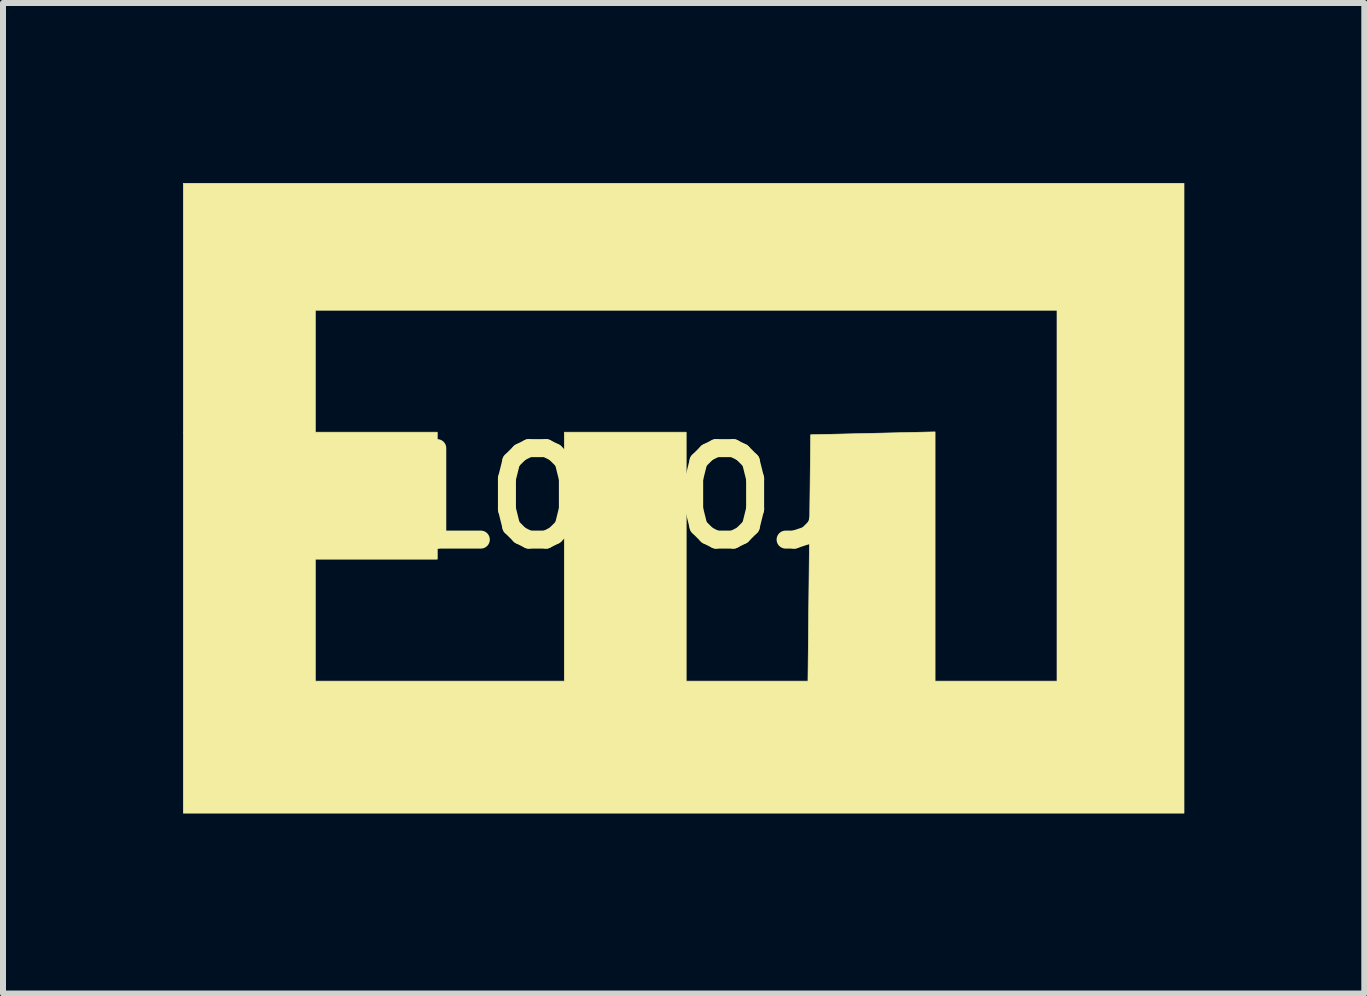
<source format=kicad_pcb>
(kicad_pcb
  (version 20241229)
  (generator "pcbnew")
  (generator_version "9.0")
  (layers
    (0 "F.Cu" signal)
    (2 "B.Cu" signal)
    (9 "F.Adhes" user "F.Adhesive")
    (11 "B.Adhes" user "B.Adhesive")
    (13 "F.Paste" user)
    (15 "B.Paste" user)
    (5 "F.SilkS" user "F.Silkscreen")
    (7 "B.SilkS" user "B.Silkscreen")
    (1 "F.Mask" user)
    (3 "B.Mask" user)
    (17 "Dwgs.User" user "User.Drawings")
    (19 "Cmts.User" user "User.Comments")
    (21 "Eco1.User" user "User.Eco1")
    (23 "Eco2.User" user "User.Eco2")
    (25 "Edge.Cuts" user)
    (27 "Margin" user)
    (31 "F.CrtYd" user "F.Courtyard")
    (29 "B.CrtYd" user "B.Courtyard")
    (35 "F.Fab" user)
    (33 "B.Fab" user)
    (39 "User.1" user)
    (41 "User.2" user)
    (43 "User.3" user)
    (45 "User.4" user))
  (footprint "LOGOJM"
    (layer "F.Cu")
    (at 8.302 5.254)
    (property "Reference" "LOGOJM" (at 0 0 0) (layer "F.SilkS") (effects (font (size 1.524 1.524) (thickness 0.3))))
    (attr through_hole)
    (fp_poly (pts (xy 8.382 5.249) (xy -8.297 5.249) (xy -8.297 -3.133) (xy -6.096 -3.133) (xy -6.096 -1.101) (xy -4.064 -1.101) (xy -4.064 1.016) (xy -6.096 1.016) (xy -6.096 3.048) (xy -1.947 3.048) (xy -1.947 -1.101) (xy 0.085 -1.101) (xy 0.085 3.048) (xy 2.114 3.048) (xy 2.136 0.995) (xy 2.159 -1.058) (xy 3.196 -1.082) (xy 4.233 -1.106) (xy 4.233 3.048) (xy 6.265 3.048) (xy 6.265 -3.133) (xy -6.096 -3.133) (xy -8.297 -3.133) (xy -8.297 -5.249) (xy 8.382 -5.249) (xy 8.382 5.249)) (stroke (width 0.01) (type solid)) (fill yes) (layer "F.SilkS")))
  (gr_rect
    (start -3 -3)
    (end 19.689 13.509)
    (stroke (width 0.1) (type default))
    (fill no)
    (layer "Edge.Cuts")))
</source>
